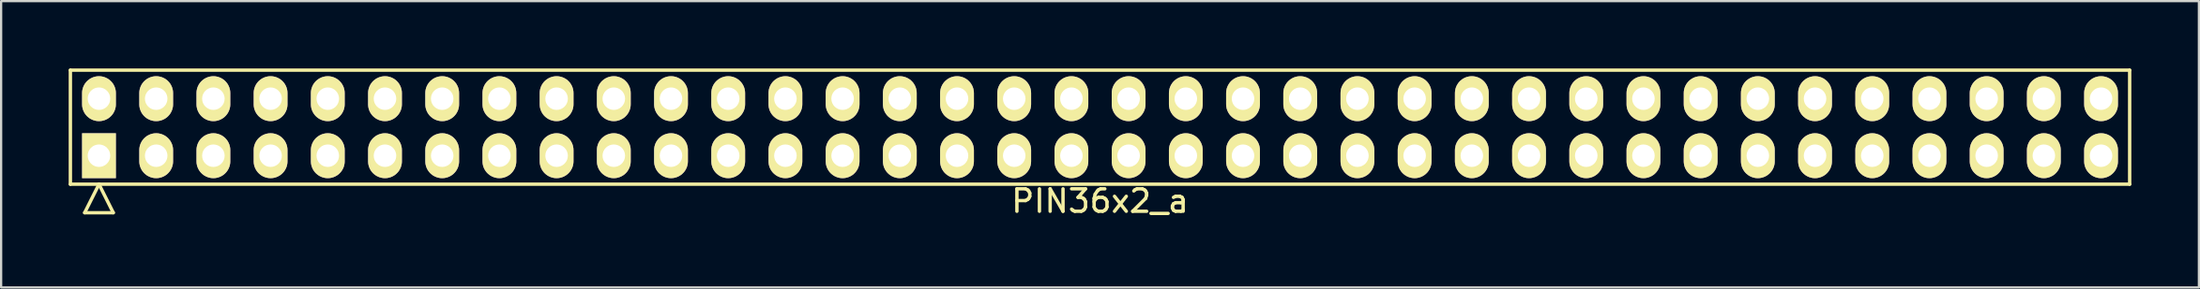
<source format=kicad_pcb>
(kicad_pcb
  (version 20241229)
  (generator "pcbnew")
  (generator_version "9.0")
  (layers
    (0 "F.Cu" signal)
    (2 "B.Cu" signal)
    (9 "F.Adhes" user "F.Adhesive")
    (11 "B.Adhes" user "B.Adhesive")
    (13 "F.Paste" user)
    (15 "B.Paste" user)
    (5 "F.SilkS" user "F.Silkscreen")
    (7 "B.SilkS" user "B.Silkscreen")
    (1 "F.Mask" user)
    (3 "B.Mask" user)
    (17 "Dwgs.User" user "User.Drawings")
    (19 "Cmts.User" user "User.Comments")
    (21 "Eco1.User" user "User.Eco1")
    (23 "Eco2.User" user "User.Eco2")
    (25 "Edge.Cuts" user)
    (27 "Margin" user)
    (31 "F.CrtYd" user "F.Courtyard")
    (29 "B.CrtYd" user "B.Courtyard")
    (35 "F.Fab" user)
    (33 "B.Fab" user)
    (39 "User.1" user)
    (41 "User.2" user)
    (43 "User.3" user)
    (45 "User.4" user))
  (footprint "PIN36x2_a"
    (layer "F.Cu")
    (at 45.795 2.615)
    (property "Reference" "PIN36x2_a" (at 0 3.29 0) (layer "F.SilkS") (effects (font (size 1 1) (thickness 0.15))))
    (attr through_hole)
    (fp_line (start -45.72 -2.54) (end -45.72 2.54) (stroke (width 0.15) (type solid)) (layer "F.SilkS"))
    (fp_line (start -45.72 2.54) (end 45.72 2.54) (stroke (width 0.15) (type solid)) (layer "F.SilkS"))
    (fp_line (start -45.085 3.81) (end -44.45 2.54) (stroke (width 0.15) (type solid)) (layer "F.SilkS"))
    (fp_line (start -45.085 3.81) (end -43.815 3.81) (stroke (width 0.15) (type solid)) (layer "F.SilkS"))
    (fp_line (start -43.815 3.81) (end -44.45 2.54) (stroke (width 0.15) (type solid)) (layer "F.SilkS"))
    (fp_line (start 45.72 -2.54) (end -45.72 -2.54) (stroke (width 0.15) (type solid)) (layer "F.SilkS"))
    (fp_line (start 45.72 2.54) (end 45.72 -2.54) (stroke (width 0.15) (type solid)) (layer "F.SilkS"))
    (pad "1" thru_hole rect (at -44.45 1.27) (size 1.5 2) (drill 1) (layers "*.Cu" "*.Mask" "F.SilkS"))
    (pad "2" thru_hole oval (at -44.45 -1.27) (size 1.5 2) (drill 1) (layers "*.Cu" "*.Mask" "F.SilkS"))
    (pad "3" thru_hole oval (at -41.91 1.27) (size 1.5 2) (drill 1) (layers "*.Cu" "*.Mask" "F.SilkS"))
    (pad "4" thru_hole oval (at -41.91 -1.27) (size 1.5 2) (drill 1) (layers "*.Cu" "*.Mask" "F.SilkS"))
    (pad "5" thru_hole oval (at -39.37 1.27) (size 1.5 2) (drill 1) (layers "*.Cu" "*.Mask" "F.SilkS"))
    (pad "6" thru_hole oval (at -39.37 -1.27) (size 1.5 2) (drill 1) (layers "*.Cu" "*.Mask" "F.SilkS"))
    (pad "7" thru_hole oval (at -36.83 1.27) (size 1.5 2) (drill 1) (layers "*.Cu" "*.Mask" "F.SilkS"))
    (pad "8" thru_hole oval (at -36.83 -1.27) (size 1.5 2) (drill 1) (layers "*.Cu" "*.Mask" "F.SilkS"))
    (pad "9" thru_hole oval (at -34.29 1.27) (size 1.5 2) (drill 1) (layers "*.Cu" "*.Mask" "F.SilkS"))
    (pad "10" thru_hole oval (at -34.29 -1.27) (size 1.5 2) (drill 1) (layers "*.Cu" "*.Mask" "F.SilkS"))
    (pad "11" thru_hole oval (at -31.75 1.27) (size 1.5 2) (drill 1) (layers "*.Cu" "*.Mask" "F.SilkS"))
    (pad "12" thru_hole oval (at -31.75 -1.27) (size 1.5 2) (drill 1) (layers "*.Cu" "*.Mask" "F.SilkS"))
    (pad "13" thru_hole oval (at -29.21 1.27) (size 1.5 2) (drill 1) (layers "*.Cu" "*.Mask" "F.SilkS"))
    (pad "14" thru_hole oval (at -29.21 -1.27) (size 1.5 2) (drill 1) (layers "*.Cu" "*.Mask" "F.SilkS"))
    (pad "15" thru_hole oval (at -26.67 1.27) (size 1.5 2) (drill 1) (layers "*.Cu" "*.Mask" "F.SilkS"))
    (pad "16" thru_hole oval (at -26.67 -1.27) (size 1.5 2) (drill 1) (layers "*.Cu" "*.Mask" "F.SilkS"))
    (pad "17" thru_hole oval (at -24.13 1.27) (size 1.5 2) (drill 1) (layers "*.Cu" "*.Mask" "F.SilkS"))
    (pad "18" thru_hole oval (at -24.13 -1.27) (size 1.5 2) (drill 1) (layers "*.Cu" "*.Mask" "F.SilkS"))
    (pad "19" thru_hole oval (at -21.59 1.27) (size 1.5 2) (drill 1) (layers "*.Cu" "*.Mask" "F.SilkS"))
    (pad "20" thru_hole oval (at -21.59 -1.27) (size 1.5 2) (drill 1) (layers "*.Cu" "*.Mask" "F.SilkS"))
    (pad "21" thru_hole oval (at -19.05 1.27) (size 1.5 2) (drill 1) (layers "*.Cu" "*.Mask" "F.SilkS"))
    (pad "22" thru_hole oval (at -19.05 -1.27) (size 1.5 2) (drill 1) (layers "*.Cu" "*.Mask" "F.SilkS"))
    (pad "23" thru_hole oval (at -16.51 1.27) (size 1.5 2) (drill 1) (layers "*.Cu" "*.Mask" "F.SilkS"))
    (pad "24" thru_hole oval (at -16.51 -1.27) (size 1.5 2) (drill 1) (layers "*.Cu" "*.Mask" "F.SilkS"))
    (pad "25" thru_hole oval (at -13.97 1.27) (size 1.5 2) (drill 1) (layers "*.Cu" "*.Mask" "F.SilkS"))
    (pad "26" thru_hole oval (at -13.97 -1.27) (size 1.5 2) (drill 1) (layers "*.Cu" "*.Mask" "F.SilkS"))
    (pad "27" thru_hole oval (at -11.43 1.27) (size 1.5 2) (drill 1) (layers "*.Cu" "*.Mask" "F.SilkS"))
    (pad "28" thru_hole oval (at -11.43 -1.27) (size 1.5 2) (drill 1) (layers "*.Cu" "*.Mask" "F.SilkS"))
    (pad "29" thru_hole oval (at -8.89 1.27) (size 1.5 2) (drill 1) (layers "*.Cu" "*.Mask" "F.SilkS"))
    (pad "30" thru_hole oval (at -8.89 -1.27) (size 1.5 2) (drill 1) (layers "*.Cu" "*.Mask" "F.SilkS"))
    (pad "31" thru_hole oval (at -6.35 1.27) (size 1.5 2) (drill 1) (layers "*.Cu" "*.Mask" "F.SilkS"))
    (pad "32" thru_hole oval (at -6.35 -1.27) (size 1.5 2) (drill 1) (layers "*.Cu" "*.Mask" "F.SilkS"))
    (pad "33" thru_hole oval (at -3.81 1.27) (size 1.5 2) (drill 1) (layers "*.Cu" "*.Mask" "F.SilkS"))
    (pad "34" thru_hole oval (at -3.81 -1.27) (size 1.5 2) (drill 1) (layers "*.Cu" "*.Mask" "F.SilkS"))
    (pad "35" thru_hole oval (at -1.27 1.27) (size 1.5 2) (drill 1) (layers "*.Cu" "*.Mask" "F.SilkS"))
    (pad "36" thru_hole oval (at -1.27 -1.27) (size 1.5 2) (drill 1) (layers "*.Cu" "*.Mask" "F.SilkS"))
    (pad "37" thru_hole oval (at 1.27 1.27) (size 1.5 2) (drill 1) (layers "*.Cu" "*.Mask" "F.SilkS"))
    (pad "38" thru_hole oval (at 1.27 -1.27) (size 1.5 2) (drill 1) (layers "*.Cu" "*.Mask" "F.SilkS"))
    (pad "39" thru_hole oval (at 3.81 1.27) (size 1.5 2) (drill 1) (layers "*.Cu" "*.Mask" "F.SilkS"))
    (pad "40" thru_hole oval (at 3.81 -1.27) (size 1.5 2) (drill 1) (layers "*.Cu" "*.Mask" "F.SilkS"))
    (pad "41" thru_hole oval (at 6.35 1.27) (size 1.5 2) (drill 1) (layers "*.Cu" "*.Mask" "F.SilkS"))
    (pad "42" thru_hole oval (at 6.35 -1.27) (size 1.5 2) (drill 1) (layers "*.Cu" "*.Mask" "F.SilkS"))
    (pad "43" thru_hole oval (at 8.89 1.27) (size 1.5 2) (drill 1) (layers "*.Cu" "*.Mask" "F.SilkS"))
    (pad "44" thru_hole oval (at 8.89 -1.27) (size 1.5 2) (drill 1) (layers "*.Cu" "*.Mask" "F.SilkS"))
    (pad "45" thru_hole oval (at 11.43 1.27) (size 1.5 2) (drill 1) (layers "*.Cu" "*.Mask" "F.SilkS"))
    (pad "46" thru_hole oval (at 11.43 -1.27) (size 1.5 2) (drill 1) (layers "*.Cu" "*.Mask" "F.SilkS"))
    (pad "47" thru_hole oval (at 13.97 1.27) (size 1.5 2) (drill 1) (layers "*.Cu" "*.Mask" "F.SilkS"))
    (pad "48" thru_hole oval (at 13.97 -1.27) (size 1.5 2) (drill 1) (layers "*.Cu" "*.Mask" "F.SilkS"))
    (pad "49" thru_hole oval (at 16.51 1.27) (size 1.5 2) (drill 1) (layers "*.Cu" "*.Mask" "F.SilkS"))
    (pad "50" thru_hole oval (at 16.51 -1.27) (size 1.5 2) (drill 1) (layers "*.Cu" "*.Mask" "F.SilkS"))
    (pad "51" thru_hole oval (at 19.05 1.27) (size 1.5 2) (drill 1) (layers "*.Cu" "*.Mask" "F.SilkS"))
    (pad "52" thru_hole oval (at 19.05 -1.27) (size 1.5 2) (drill 1) (layers "*.Cu" "*.Mask" "F.SilkS"))
    (pad "53" thru_hole oval (at 21.59 1.27) (size 1.5 2) (drill 1) (layers "*.Cu" "*.Mask" "F.SilkS"))
    (pad "54" thru_hole oval (at 21.59 -1.27) (size 1.5 2) (drill 1) (layers "*.Cu" "*.Mask" "F.SilkS"))
    (pad "55" thru_hole oval (at 24.13 1.27) (size 1.5 2) (drill 1) (layers "*.Cu" "*.Mask" "F.SilkS"))
    (pad "56" thru_hole oval (at 24.13 -1.27) (size 1.5 2) (drill 1) (layers "*.Cu" "*.Mask" "F.SilkS"))
    (pad "57" thru_hole oval (at 26.67 1.27) (size 1.5 2) (drill 1) (layers "*.Cu" "*.Mask" "F.SilkS"))
    (pad "58" thru_hole oval (at 26.67 -1.27) (size 1.5 2) (drill 1) (layers "*.Cu" "*.Mask" "F.SilkS"))
    (pad "59" thru_hole oval (at 29.21 1.27) (size 1.5 2) (drill 1) (layers "*.Cu" "*.Mask" "F.SilkS"))
    (pad "60" thru_hole oval (at 29.21 -1.27) (size 1.5 2) (drill 1) (layers "*.Cu" "*.Mask" "F.SilkS"))
    (pad "61" thru_hole oval (at 31.75 1.27) (size 1.5 2) (drill 1) (layers "*.Cu" "*.Mask" "F.SilkS"))
    (pad "62" thru_hole oval (at 31.75 -1.27) (size 1.5 2) (drill 1) (layers "*.Cu" "*.Mask" "F.SilkS"))
    (pad "63" thru_hole oval (at 34.29 1.27) (size 1.5 2) (drill 1) (layers "*.Cu" "*.Mask" "F.SilkS"))
    (pad "64" thru_hole oval (at 34.29 -1.27) (size 1.5 2) (drill 1) (layers "*.Cu" "*.Mask" "F.SilkS"))
    (pad "65" thru_hole oval (at 36.83 1.27) (size 1.5 2) (drill 1) (layers "*.Cu" "*.Mask" "F.SilkS"))
    (pad "66" thru_hole oval (at 36.83 -1.27) (size 1.5 2) (drill 1) (layers "*.Cu" "*.Mask" "F.SilkS"))
    (pad "67" thru_hole oval (at 39.37 1.27) (size 1.5 2) (drill 1) (layers "*.Cu" "*.Mask" "F.SilkS"))
    (pad "68" thru_hole oval (at 39.37 -1.27) (size 1.5 2) (drill 1) (layers "*.Cu" "*.Mask" "F.SilkS"))
    (pad "69" thru_hole oval (at 41.91 1.27) (size 1.5 2) (drill 1) (layers "*.Cu" "*.Mask" "F.SilkS"))
    (pad "70" thru_hole oval (at 41.91 -1.27) (size 1.5 2) (drill 1) (layers "*.Cu" "*.Mask" "F.SilkS"))
    (pad "71" thru_hole oval (at 44.45 1.27) (size 1.5 2) (drill 1) (layers "*.Cu" "*.Mask" "F.SilkS"))
    (pad "72" thru_hole oval (at 44.45 -1.27) (size 1.5 2) (drill 1) (layers "*.Cu" "*.Mask" "F.SilkS")))
  (gr_rect
    (start -3 -3)
    (end 94.59 9.753)
    (stroke (width 0.1) (type default))
    (fill no)
    (layer "Edge.Cuts")))
</source>
